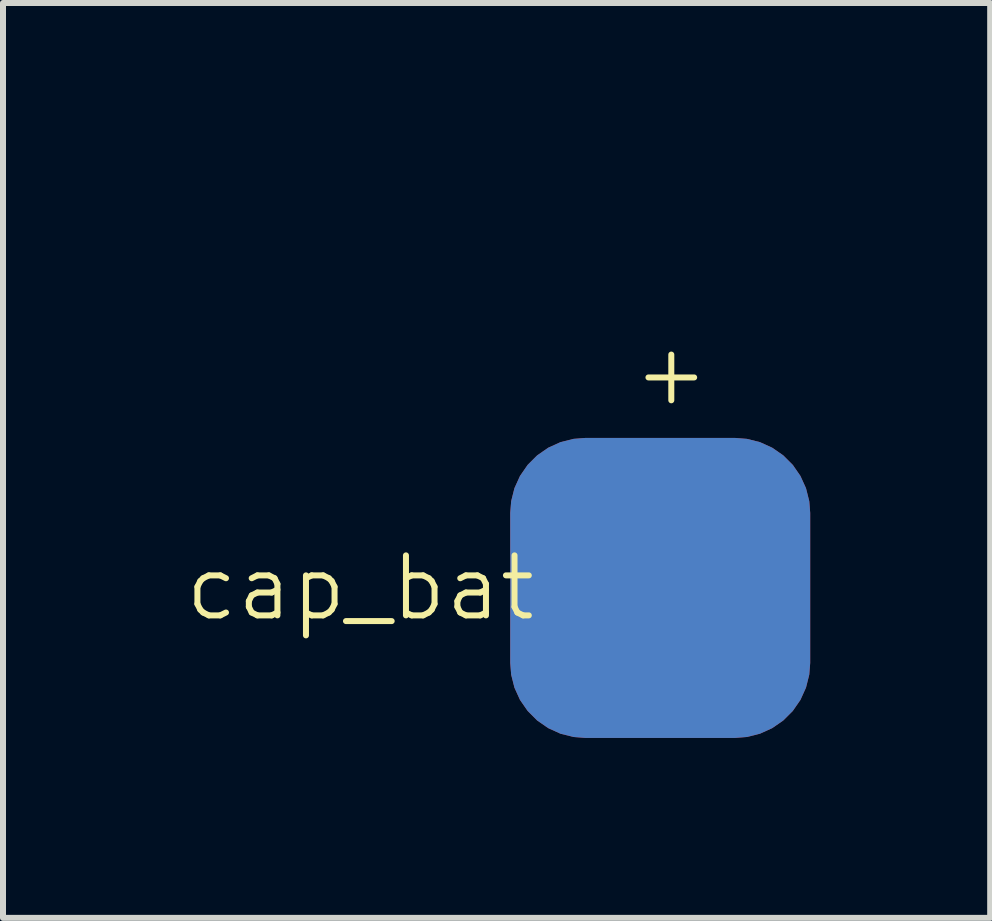
<source format=kicad_pcb>
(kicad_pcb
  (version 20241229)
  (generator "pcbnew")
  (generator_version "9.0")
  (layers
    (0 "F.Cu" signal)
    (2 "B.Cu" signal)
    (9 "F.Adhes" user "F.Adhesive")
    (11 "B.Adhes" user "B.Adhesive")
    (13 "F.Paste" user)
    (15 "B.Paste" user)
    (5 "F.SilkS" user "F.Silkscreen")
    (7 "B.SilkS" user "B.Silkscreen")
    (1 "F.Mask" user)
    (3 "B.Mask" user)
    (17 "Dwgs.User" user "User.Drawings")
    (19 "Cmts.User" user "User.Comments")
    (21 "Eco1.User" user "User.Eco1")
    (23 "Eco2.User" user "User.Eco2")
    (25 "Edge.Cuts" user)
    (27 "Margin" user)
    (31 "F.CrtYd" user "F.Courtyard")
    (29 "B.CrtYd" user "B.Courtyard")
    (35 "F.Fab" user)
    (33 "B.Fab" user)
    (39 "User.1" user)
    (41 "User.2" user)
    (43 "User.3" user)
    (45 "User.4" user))
  (footprint "cap_bat"
    (layer "F.Cu")
    (at 7.955 0.25)
    (property "Reference" "cap_bat" (at -5 6.5 0) (unlocked yes) (layer "F.SilkS") (effects (font (size 1 1) (thickness 0.1))))
    (attr smd)
    (fp_text user "+" (at -0.5 3.5 0) (unlocked yes) (layer "F.SilkS") (effects (font (size 1 1) (thickness 0.1)) (justify left bottom)))
    (pad "1" smd roundrect (at 0 6.5) (size 5 5) (layers "F.Cu" "F.Mask" "F.Paste") (roundrect_rratio 0.25))
    (pad "2" smd roundrect (at 0 6.5) (size 5 5) (layers "B.Cu" "B.Mask" "B.Paste") (roundrect_rratio 0.25)))
  (gr_rect
    (start -3 -3)
    (end 13.455 12.25)
    (stroke (width 0.1) (type default))
    (fill no)
    (layer "Edge.Cuts")))
</source>
